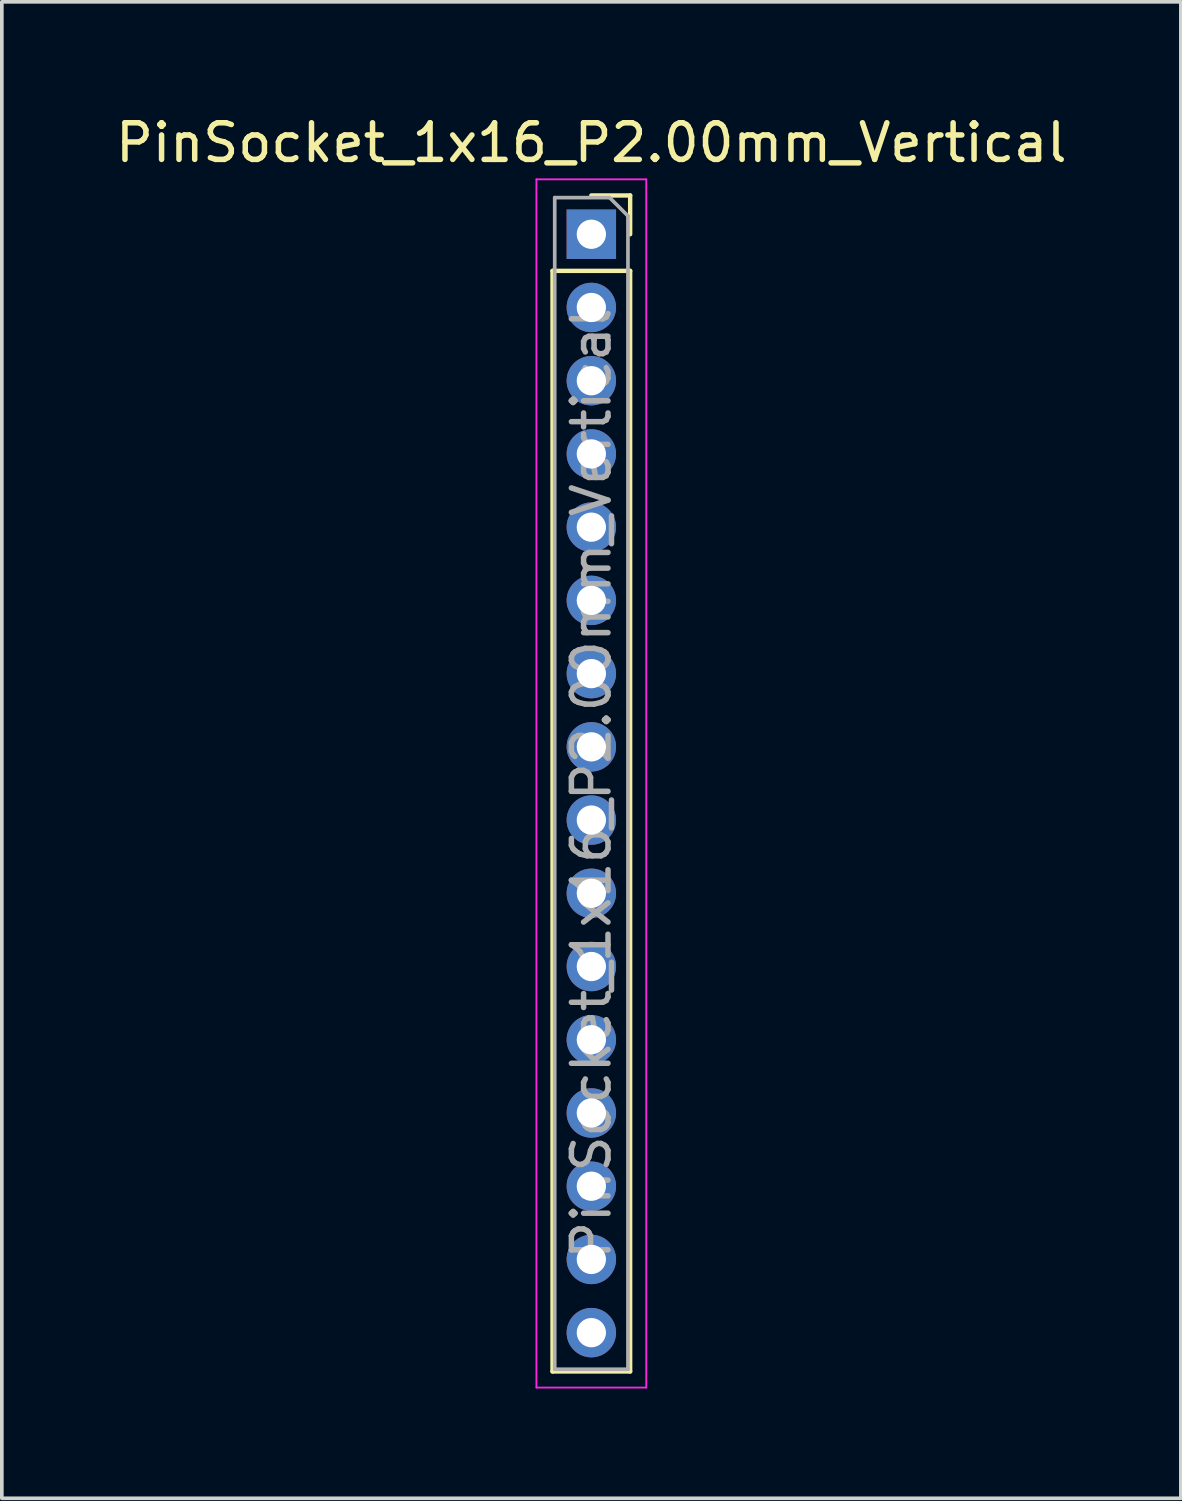
<source format=kicad_pcb>
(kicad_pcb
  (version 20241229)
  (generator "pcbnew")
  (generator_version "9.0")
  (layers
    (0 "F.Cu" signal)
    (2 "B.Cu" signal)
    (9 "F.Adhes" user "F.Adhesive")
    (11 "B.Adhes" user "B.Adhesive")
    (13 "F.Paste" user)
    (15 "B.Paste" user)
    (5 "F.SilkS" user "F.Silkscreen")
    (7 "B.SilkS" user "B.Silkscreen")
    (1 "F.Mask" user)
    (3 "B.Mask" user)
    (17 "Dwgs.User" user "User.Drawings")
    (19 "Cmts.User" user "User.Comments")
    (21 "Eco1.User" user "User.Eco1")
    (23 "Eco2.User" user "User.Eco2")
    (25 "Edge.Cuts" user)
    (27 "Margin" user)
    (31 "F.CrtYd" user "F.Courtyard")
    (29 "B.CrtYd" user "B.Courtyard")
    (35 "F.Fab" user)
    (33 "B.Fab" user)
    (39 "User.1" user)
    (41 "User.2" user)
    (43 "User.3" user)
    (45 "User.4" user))
  (footprint "PinSocket_1x16_P2.00mm_Vertical"
    (layer "F.Cu")
    (at 13.101 3.348)
    (property "Reference" "PinSocket_1x16_P2.00mm_Vertical" (at 0 -2.5 0) (layer "F.SilkS") (effects (font (size 1 1) (thickness 0.15))))
    (attr through_hole)
    (fp_line (start -1.06 1) (end -1.06 31.06) (stroke (width 0.12) (type solid)) (layer "F.SilkS"))
    (fp_line (start -1.06 1) (end 1.06 1) (stroke (width 0.12) (type solid)) (layer "F.SilkS"))
    (fp_line (start -1.06 31.06) (end 1.06 31.06) (stroke (width 0.12) (type solid)) (layer "F.SilkS"))
    (fp_line (start 0 -1.06) (end 1.06 -1.06) (stroke (width 0.12) (type solid)) (layer "F.SilkS"))
    (fp_line (start 1.06 -1.06) (end 1.06 0) (stroke (width 0.12) (type solid)) (layer "F.SilkS"))
    (fp_line (start 1.06 1) (end 1.06 31.06) (stroke (width 0.12) (type solid)) (layer "F.SilkS"))
    (fp_line (start -1.5 -1.5) (end 1.5 -1.5) (stroke (width 0.05) (type solid)) (layer "F.CrtYd"))
    (fp_line (start -1.5 31.5) (end -1.5 -1.5) (stroke (width 0.05) (type solid)) (layer "F.CrtYd"))
    (fp_line (start 1.5 -1.5) (end 1.5 31.5) (stroke (width 0.05) (type solid)) (layer "F.CrtYd"))
    (fp_line (start 1.5 31.5) (end -1.5 31.5) (stroke (width 0.05) (type solid)) (layer "F.CrtYd"))
    (fp_line (start -1 -1) (end 0.5 -1) (stroke (width 0.1) (type solid)) (layer "F.Fab"))
    (fp_line (start -1 31) (end -1 -1) (stroke (width 0.1) (type solid)) (layer "F.Fab"))
    (fp_line (start 0.5 -1) (end 1 -0.5) (stroke (width 0.1) (type solid)) (layer "F.Fab"))
    (fp_line (start 1 -0.5) (end 1 31) (stroke (width 0.1) (type solid)) (layer "F.Fab"))
    (fp_line (start 1 31) (end -1 31) (stroke (width 0.1) (type solid)) (layer "F.Fab"))
    (fp_text user "${REFERENCE}" (at 0 15 90) (layer "F.Fab") (effects (font (size 1 1) (thickness 0.15))))
    (pad "1" thru_hole rect (at 0 0) (size 1.35 1.35) (drill 0.8) (layers "*.Cu" "*.Mask"))
    (pad "2" thru_hole oval (at 0 2) (size 1.35 1.35) (drill 0.8) (layers "*.Cu" "*.Mask"))
    (pad "3" thru_hole oval (at 0 4) (size 1.35 1.35) (drill 0.8) (layers "*.Cu" "*.Mask"))
    (pad "4" thru_hole oval (at 0 6) (size 1.35 1.35) (drill 0.8) (layers "*.Cu" "*.Mask"))
    (pad "5" thru_hole oval (at 0 8) (size 1.35 1.35) (drill 0.8) (layers "*.Cu" "*.Mask"))
    (pad "6" thru_hole oval (at 0 10) (size 1.35 1.35) (drill 0.8) (layers "*.Cu" "*.Mask"))
    (pad "7" thru_hole oval (at 0 12) (size 1.35 1.35) (drill 0.8) (layers "*.Cu" "*.Mask"))
    (pad "8" thru_hole oval (at 0 14) (size 1.35 1.35) (drill 0.8) (layers "*.Cu" "*.Mask"))
    (pad "9" thru_hole oval (at 0 16) (size 1.35 1.35) (drill 0.8) (layers "*.Cu" "*.Mask"))
    (pad "10" thru_hole oval (at 0 18) (size 1.35 1.35) (drill 0.8) (layers "*.Cu" "*.Mask"))
    (pad "11" thru_hole oval (at 0 20) (size 1.35 1.35) (drill 0.8) (layers "*.Cu" "*.Mask"))
    (pad "12" thru_hole oval (at 0 22) (size 1.35 1.35) (drill 0.8) (layers "*.Cu" "*.Mask"))
    (pad "13" thru_hole oval (at 0 24) (size 1.35 1.35) (drill 0.8) (layers "*.Cu" "*.Mask"))
    (pad "14" thru_hole oval (at 0 26) (size 1.35 1.35) (drill 0.8) (layers "*.Cu" "*.Mask"))
    (pad "15" thru_hole oval (at 0 28) (size 1.35 1.35) (drill 0.8) (layers "*.Cu" "*.Mask"))
    (pad "16" thru_hole oval (at 0 30) (size 1.35 1.35) (drill 0.8) (layers "*.Cu" "*.Mask")))
  (gr_rect
    (start -3 -3)
    (end 29.202 37.873)
    (stroke (width 0.1) (type default))
    (fill no)
    (layer "Edge.Cuts")))
</source>
